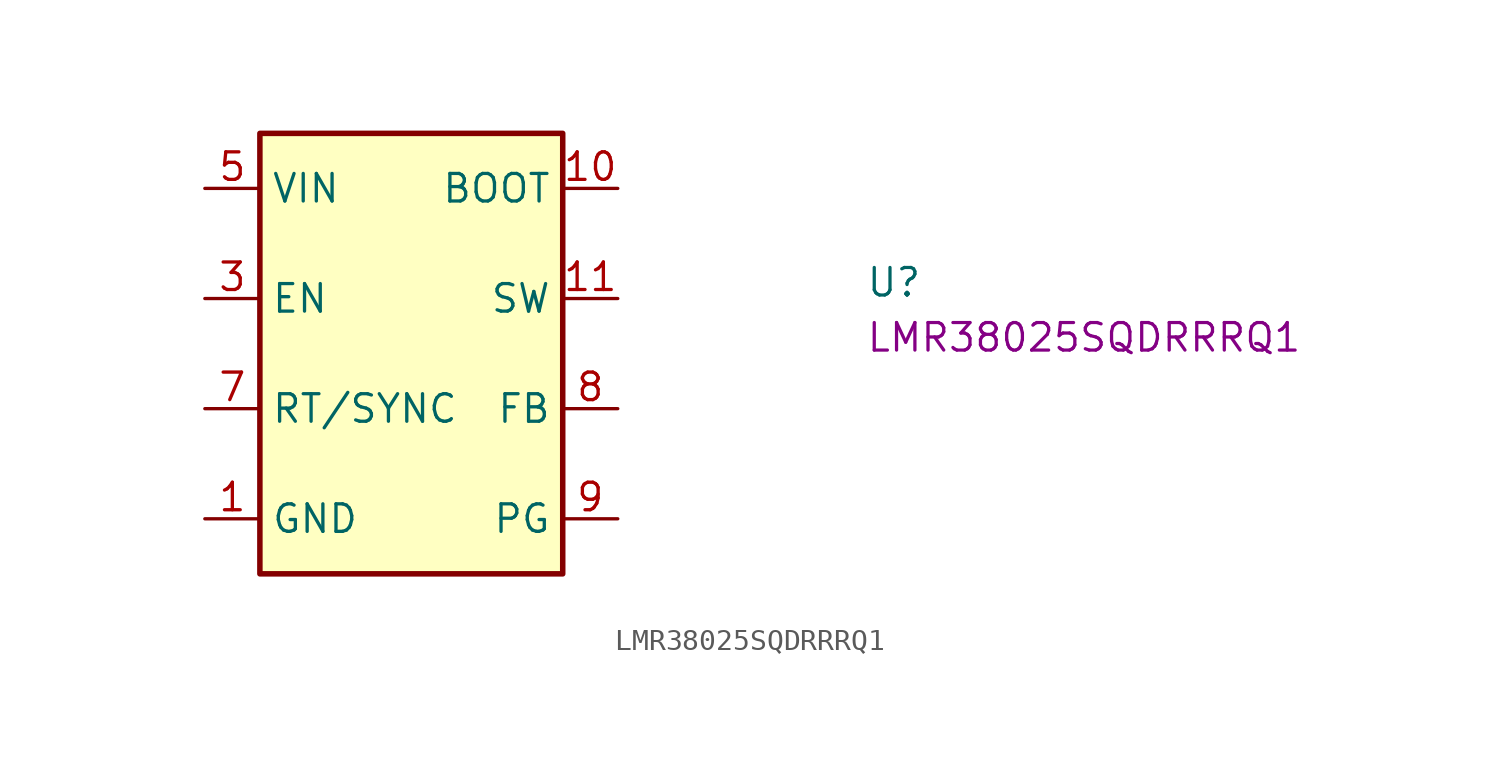
<source format=kicad_sym>
(kicad_symbol_lib
  (version 20220914)
  (generator kicad_symbol_editor)
  (symbol "LMR38025SQDRRRQ1"
    (property "Reference" "U"
      (at 30.48 -5.08 0)
      (effects (font (size 1.27 1.27) (thickness 0.15)) (justify left bottom)))
    (property "MPN" "LMR38025SQDRRRQ1"
      (at 30.48 -7.62 0)
      (effects (font (size 1.27 1.27) (thickness 0.15)) (justify left bottom)))
    (symbol "LMR38025SQDRRRQ1_1_1"
      (rectangle (start 2.54 2.54) (end 16.51 -17.78) (stroke (width 0.254) (type default)) (fill (type background)))
      (pin power_in line (at 0 -15.24 0) (length 2.54) (name "GND" (effects (font (size 1.27 1.27)))) (number "1" (effects (font (size 1.27 1.27)))))
      (pin input line (at 19.05 0 180) (length 2.54) (name "BOOT" (effects (font (size 1.27 1.27)))) (number "10" (effects (font (size 1.27 1.27)))))
      (pin power_out line (at 19.05 -5.08 180) (length 2.54) (name "SW" (effects (font (size 1.27 1.27)))) (number "11" (effects (font (size 1.27 1.27)))))
      (pin passive line (at 19.05 -5.08 180) (length 2.54) hide (name "SW" (effects (font (size 1.27 1.27)))) (number "12" (effects (font (size 1.27 1.27)))))
      (pin passive line (at 0 -15.24 0) (length 2.54) hide (name "GND" (effects (font (size 1.27 1.27)))) (number "13" (effects (font (size 1.27 1.27)))))
      (pin passive line (at 0 -15.24 0) (length 2.54) hide (name "GND" (effects (font (size 1.27 1.27)))) (number "2" (effects (font (size 1.27 1.27)))))
      (pin input line (at 0 -5.08 0) (length 2.54) (name "EN" (effects (font (size 1.27 1.27)))) (number "3" (effects (font (size 1.27 1.27)))))
      (pin no_connect line (at 2.54 -12.7 0) (length 2.54) hide (name "NC" (effects (font (size 1.27 1.27)))) (number "4" (effects (font (size 1.27 1.27)))))
      (pin power_in line (at 0 0 0) (length 2.54) (name "VIN" (effects (font (size 1.27 1.27)))) (number "5" (effects (font (size 1.27 1.27)))))
      (pin passive line (at 0 0 0) (length 2.54) hide (name "VIN" (effects (font (size 1.27 1.27)))) (number "6" (effects (font (size 1.27 1.27)))))
      (pin input line (at 0 -10.16 0) (length 2.54) (name "RT/SYNC" (effects (font (size 1.27 1.27)))) (number "7" (effects (font (size 1.27 1.27)))))
      (pin input line (at 19.05 -10.16 180) (length 2.54) (name "FB" (effects (font (size 1.27 1.27)))) (number "8" (effects (font (size 1.27 1.27)))))
      (pin output line (at 19.05 -15.24 180) (length 2.54) (name "PG" (effects (font (size 1.27 1.27)))) (number "9" (effects (font (size 1.27 1.27))))))))
</source>
